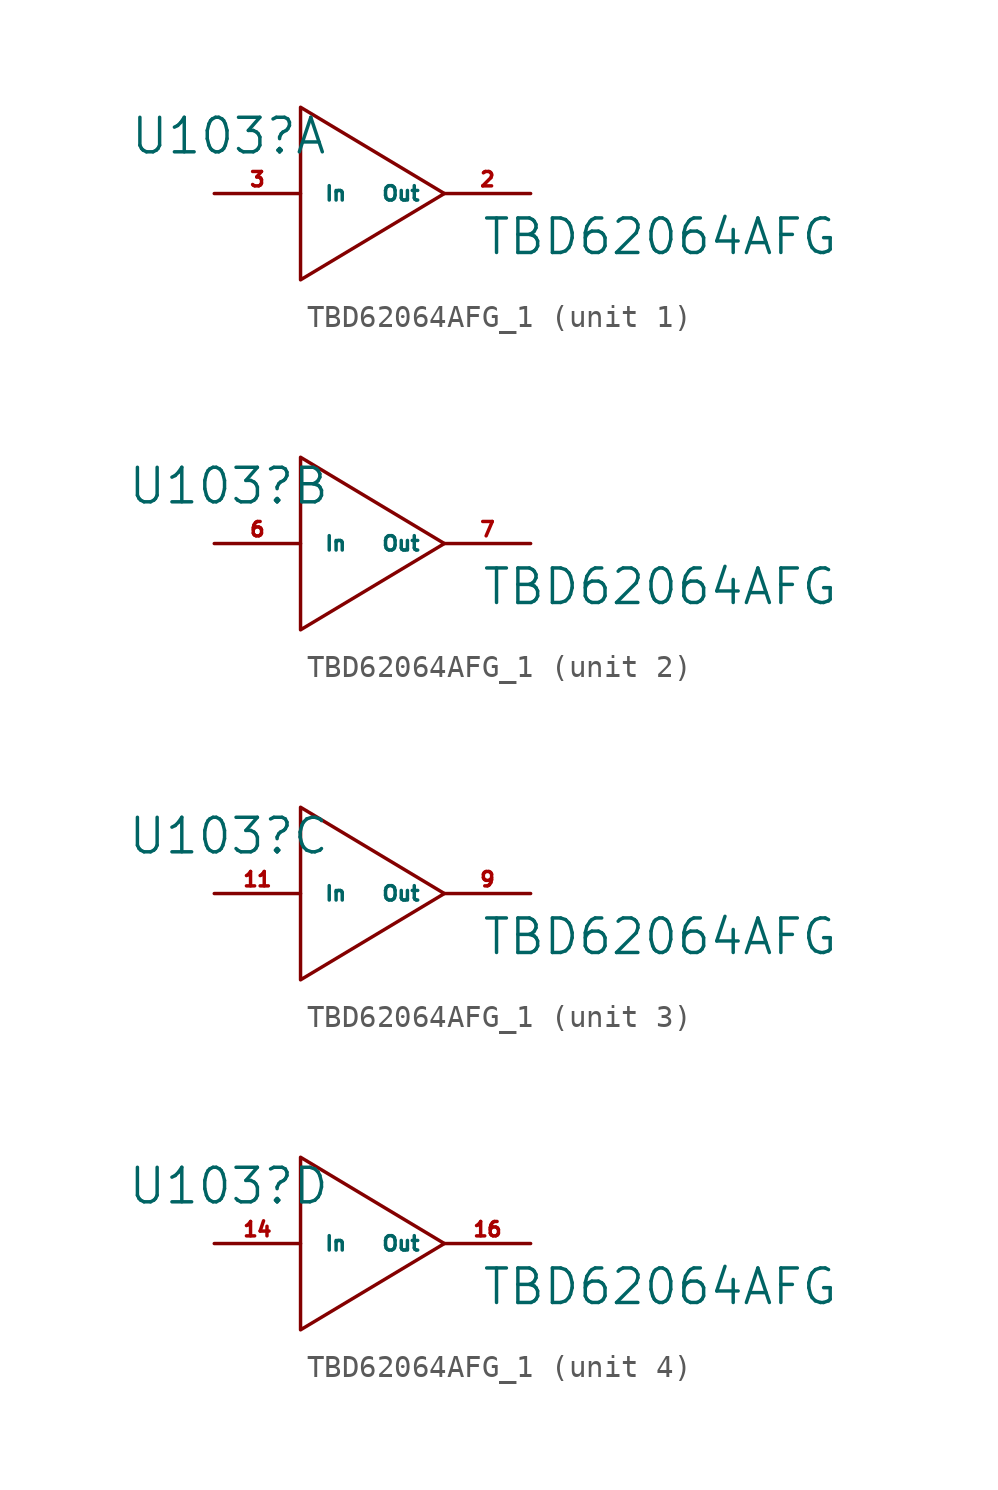
<source format=kicad_sym>
(kicad_symbol_lib
  (version 20211014)
  (generator kicad_symbol_editor)
  (symbol "TBD62064AFG_1"
    (pin_names
      (offset 1.016))
    (property "Reference" "U103"
      (at -5.715 2.54 0)
      (effects (font (size 1.524 1.524))))
    (property "Value" "TBD62064AFG"
      (at 13.335 -1.905 0)
      (effects (font (size 1.524 1.524))))
    (property "Datasheet" ""
      (at 0 0 0)
      (effects (font (size 1.524 1.524))))
    (symbol "TBD62064AFG_1_0_1"
      (polyline (pts (xy -2.54 3.81) (xy 3.81 0) (xy -2.54 -3.81) (xy -2.54 3.81)) (stroke (width 0) (type default) (color 0 0 0 0)) (fill (type none)))
      (pin power_in line (at 0 2.54 0) (length 0) hide (name "OC" (effects (font (size 0.635 0.635)))) (number "1" (effects (font (size 0.635 0.635)))))
      (pin power_in line (at 0 2.54 0) (length 0) hide (name "OC" (effects (font (size 0.635 0.635)))) (number "8" (effects (font (size 0.635 0.635)))))
      (pin power_in line (at 0.635 -2.54 180) (length 0) hide (name "GND" (effects (font (size 0.635 0.635)))) (number "FIN" (effects (font (size 0.635 0.635)))))
      (pin power_in line (at 0.635 -2.54 0) (length 0) hide (name "GND" (effects (font (size 0.635 0.635)))) (number "FIN" (effects (font (size 0.635 0.635))))))
    (symbol "TBD62064AFG_1_1_1"
      (pin output line (at 7.62 0 180) (length 3.81) (name "Out" (effects (font (size 0.635 0.635)))) (number "2" (effects (font (size 0.635 0.635)))))
      (pin input line (at -6.35 0 0) (length 3.81) (name "In" (effects (font (size 0.635 0.635)))) (number "3" (effects (font (size 0.635 0.635))))))
    (symbol "TBD62064AFG_1_2_1"
      (pin input line (at -6.35 0 0) (length 3.81) (name "In" (effects (font (size 0.635 0.635)))) (number "6" (effects (font (size 0.635 0.635)))))
      (pin output line (at 7.62 0 180) (length 3.81) (name "Out" (effects (font (size 0.635 0.635)))) (number "7" (effects (font (size 0.635 0.635))))))
    (symbol "TBD62064AFG_1_3_1"
      (pin input line (at -6.35 0 0) (length 3.81) (name "In" (effects (font (size 0.635 0.635)))) (number "11" (effects (font (size 0.635 0.635)))))
      (pin output line (at 7.62 0 180) (length 3.81) (name "Out" (effects (font (size 0.635 0.635)))) (number "9" (effects (font (size 0.635 0.635))))))
    (symbol "TBD62064AFG_1_4_1"
      (pin input line (at -6.35 0 0) (length 3.81) (name "In" (effects (font (size 0.635 0.635)))) (number "14" (effects (font (size 0.635 0.635)))))
      (pin output line (at 7.62 0 180) (length 3.81) (name "Out" (effects (font (size 0.635 0.635)))) (number "16" (effects (font (size 0.635 0.635))))))))
</source>
